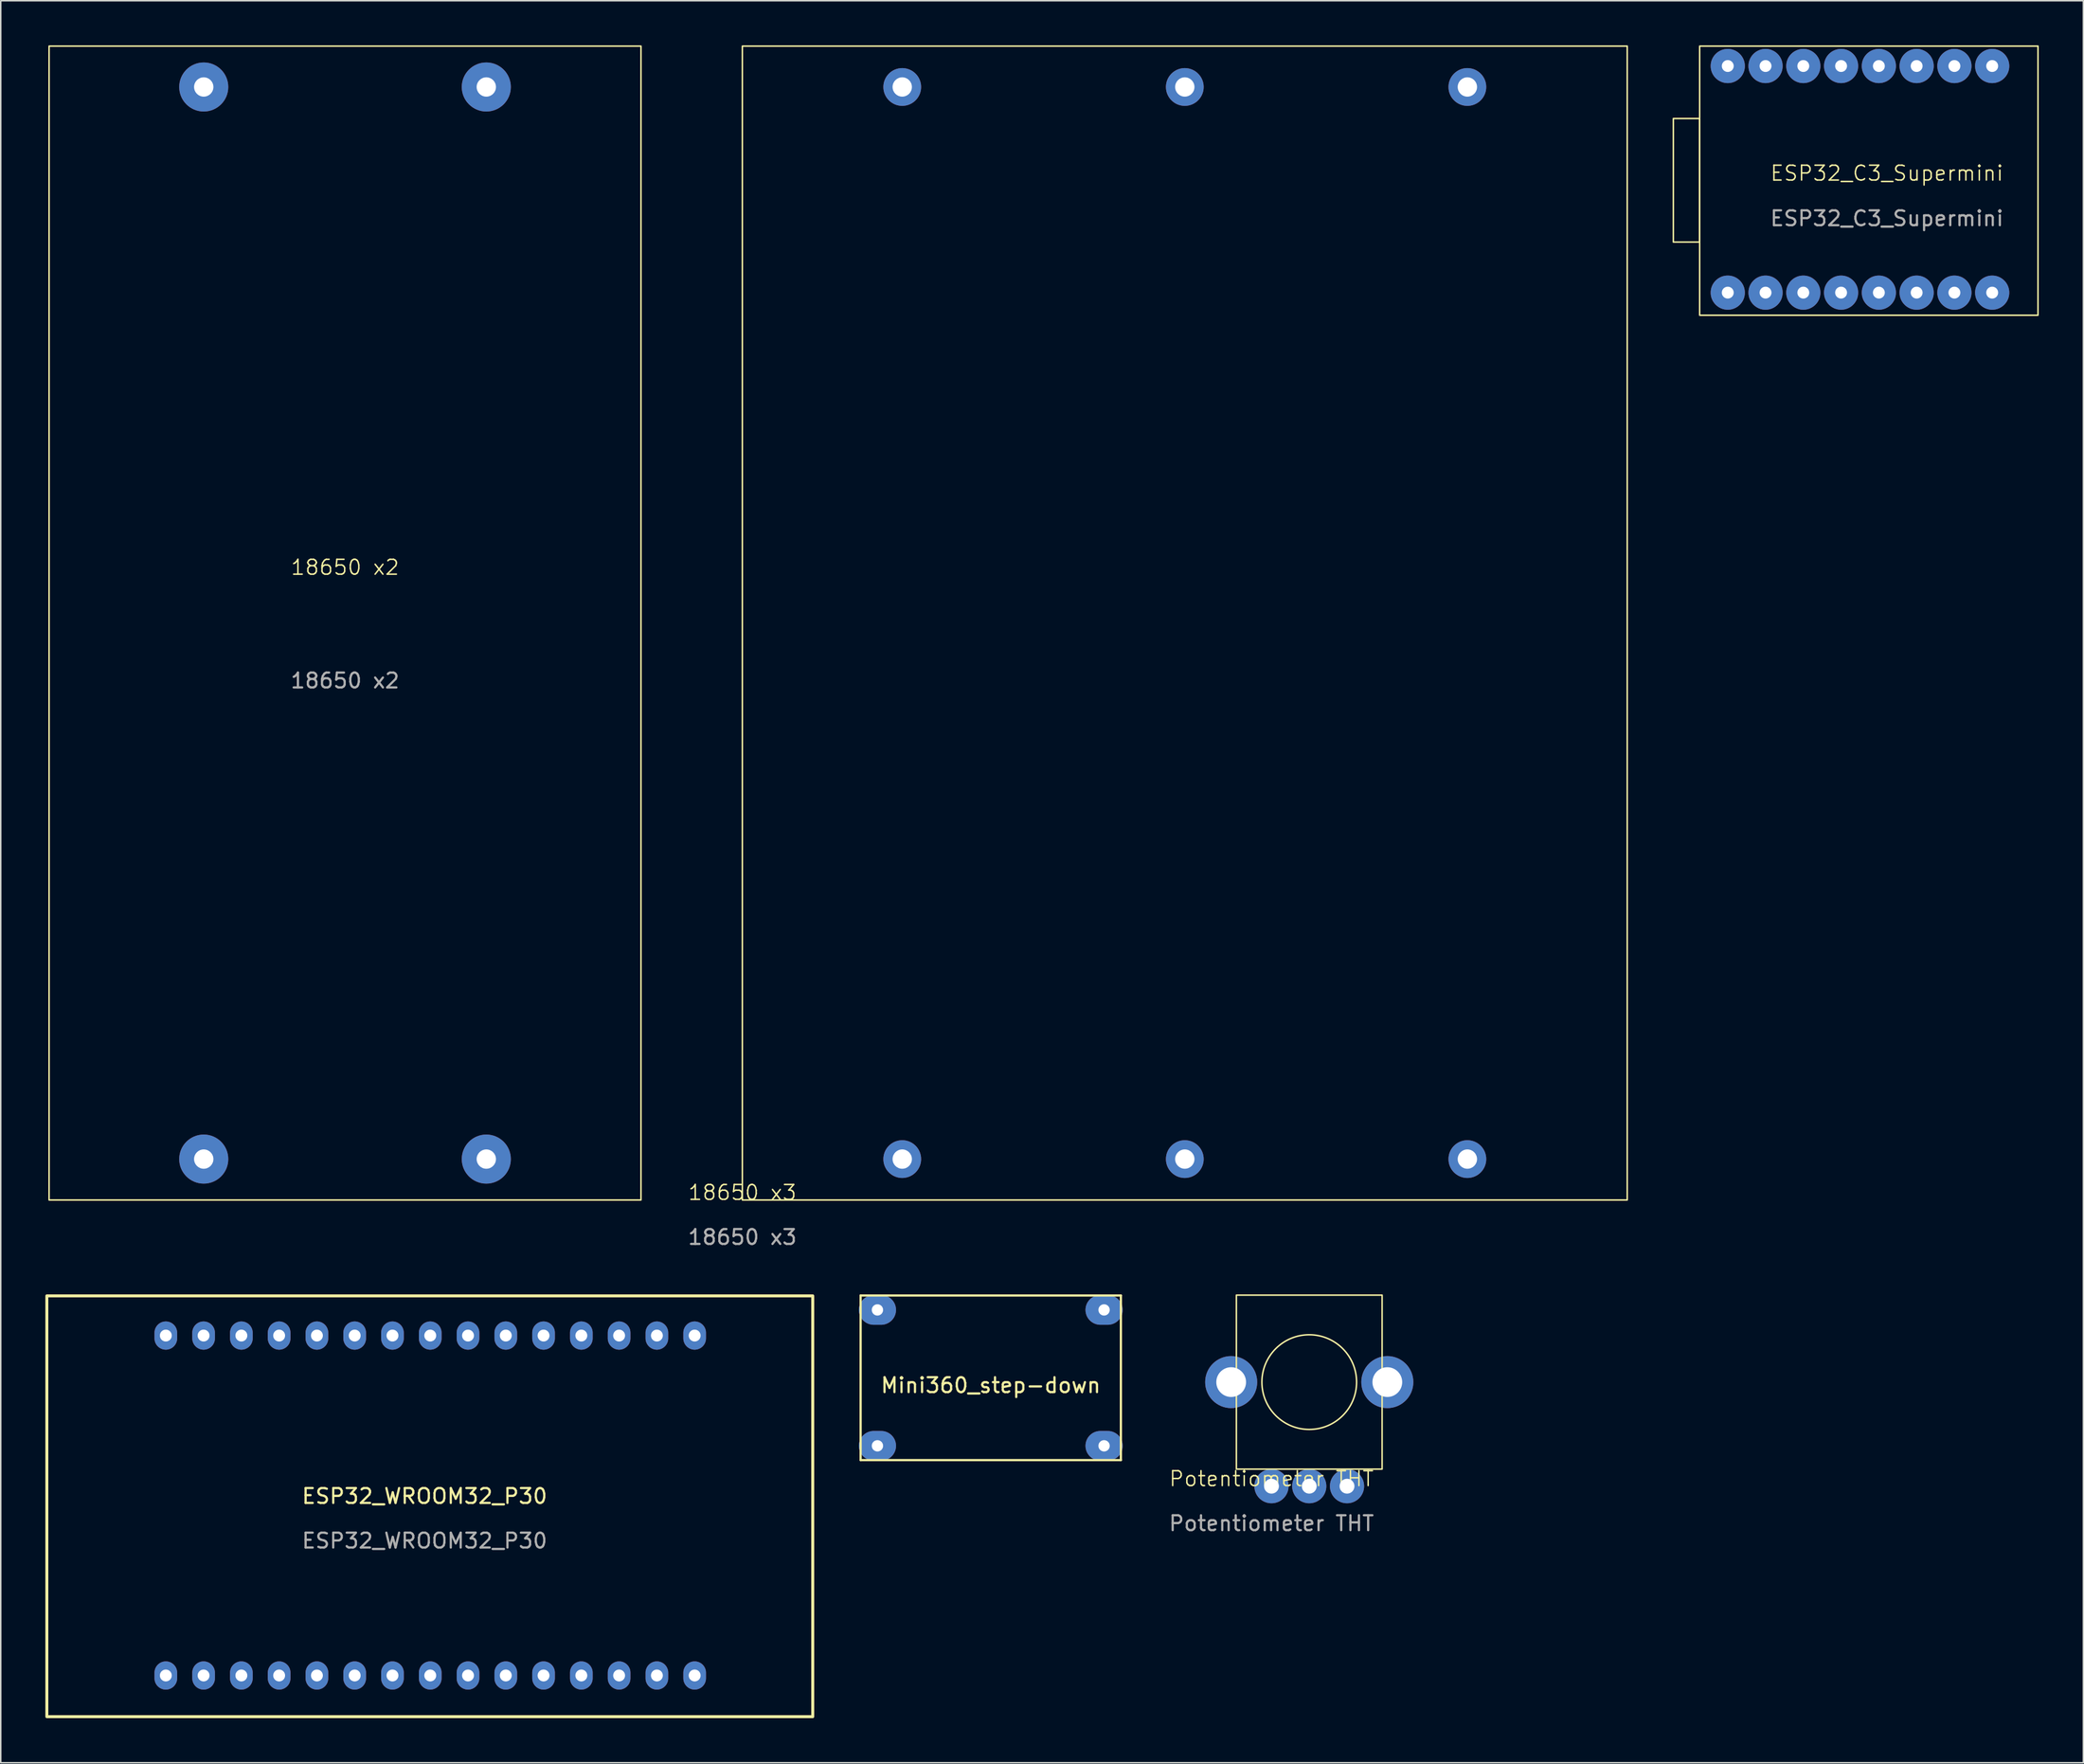
<source format=kicad_pcb>
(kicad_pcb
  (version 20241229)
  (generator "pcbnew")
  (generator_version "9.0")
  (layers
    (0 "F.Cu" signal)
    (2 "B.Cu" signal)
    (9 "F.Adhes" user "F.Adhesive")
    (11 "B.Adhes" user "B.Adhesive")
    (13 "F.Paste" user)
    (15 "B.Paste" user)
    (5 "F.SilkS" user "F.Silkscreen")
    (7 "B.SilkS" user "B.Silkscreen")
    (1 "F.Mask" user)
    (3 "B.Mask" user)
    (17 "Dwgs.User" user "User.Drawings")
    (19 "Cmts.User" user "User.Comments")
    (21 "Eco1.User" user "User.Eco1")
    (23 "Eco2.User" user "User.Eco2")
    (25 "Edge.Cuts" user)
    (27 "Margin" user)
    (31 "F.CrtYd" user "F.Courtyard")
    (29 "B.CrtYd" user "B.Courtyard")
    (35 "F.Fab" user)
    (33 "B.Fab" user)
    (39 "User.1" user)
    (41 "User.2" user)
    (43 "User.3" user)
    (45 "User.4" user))
  (footprint "Potentiometer THT"
    (layer "F.Cu")
    (at 82.446 96.898)
    (property "Reference" "Potentiometer THT" (at 0 -0.5 0) (unlocked yes) (layer "F.SilkS") (effects (font (size 1 1) (thickness 0.1))))
    (attr through_hole)
    (fp_rect (start -2.36 -12.85) (end 7.44 -1.15) (stroke (width 0.1) (type solid)) (fill no) (layer "F.SilkS"))
    (fp_circle (center 2.54 -7) (end 5.08 -5.08) (stroke (width 0.1) (type default)) (fill no) (layer "F.SilkS"))
    (fp_text user "${REFERENCE}" (at 0 2.5 0) (unlocked yes) (layer "F.Fab") (effects (font (size 1 1) (thickness 0.15))))
    (pad "" thru_hole circle (at -2.71 -7) (size 3.5 3.5) (drill 2) (layers "*.Cu" "*.Mask"))
    (pad "" thru_hole circle (at 7.79 -7) (size 3.5 3.5) (drill 2) (layers "*.Cu" "*.Mask"))
    (pad "1" thru_hole circle (at 0 0) (size 2.3 2.3) (drill 1) (layers "*.Cu" "*.Mask"))
    (pad "2" thru_hole circle (at 2.54 0) (size 2.3 2.3) (drill 1) (layers "*.Cu" "*.Mask"))
    (pad "3" thru_hole circle (at 5.08 0) (size 2.3 2.3) (drill 1) (layers "*.Cu" "*.Mask")))
  (footprint "Mini360_step-down"
    (layer "F.Cu")
    (at 63.57 89.613)
    (property "Reference" "Mini360_step-down" (at 0 0.5 0) (layer "F.SilkS") (effects (font (size 1 1) (thickness 0.15))))
    (attr through_hole)
    (fp_line (start -8.75 -5.54) (end -8.75 5.53) (stroke (width 0.15) (type solid)) (layer "F.SilkS"))
    (fp_line (start -8.75 -5.54) (end 8.75 -5.54) (stroke (width 0.15) (type solid)) (layer "F.SilkS"))
    (fp_line (start 8.75 5.53) (end -8.75 5.53) (stroke (width 0.15) (type solid)) (layer "F.SilkS"))
    (fp_line (start 8.75 5.53) (end 8.75 -5.54) (stroke (width 0.15) (type solid)) (layer "F.SilkS"))
    (pad "1" thru_hole oval (at -7.62 -4.57) (size 2.5 2) (drill 0.762) (layers "*.Cu" "*.Mask"))
    (pad "2" thru_hole oval (at -7.62 4.57) (size 2.5 2) (drill 0.762) (layers "*.Cu" "*.Mask"))
    (pad "3" thru_hole oval (at 7.62 -4.57) (size 2.5 2) (drill 0.762) (layers "*.Cu" "*.Mask"))
    (pad "4" thru_hole oval (at 7.62 4.57) (size 2.5 2) (drill 0.762) (layers "*.Cu" "*.Mask")))
  (footprint "18650 x3"
    (layer "F.Cu")
    (at 46.868 77.65)
    (property "Reference" "18650 x3" (at 0 -0.5 0) (unlocked yes) (layer "F.SilkS") (effects (font (size 1 1) (thickness 0.1))))
    (attr through_hole)
    (fp_rect (start 0 -77.6) (end 59.5 0) (stroke (width 0.1) (type solid)) (fill no) (layer "F.SilkS"))
    (fp_text user "${REFERENCE}" (at 0 2.5 0) (unlocked yes) (layer "F.Fab") (effects (font (size 1 1) (thickness 0.15))))
    (pad "1" thru_hole circle (at 10.75 -74.85) (size 2.54 2.54) (drill 1.3) (layers "*.Cu" "*.Mask"))
    (pad "2" thru_hole circle (at 10.75 -2.75) (size 2.54 2.54) (drill 1.3) (layers "*.Cu" "*.Mask"))
    (pad "3" thru_hole circle (at 29.75 -74.85) (size 2.54 2.54) (drill 1.3) (layers "*.Cu" "*.Mask"))
    (pad "4" thru_hole circle (at 29.75 -2.75) (size 2.54 2.54) (drill 1.3) (layers "*.Cu" "*.Mask"))
    (pad "5" thru_hole circle (at 48.75 -74.85) (size 2.54 2.54) (drill 1.3) (layers "*.Cu" "*.Mask"))
    (pad "6" thru_hole circle (at 48.75 -2.75) (size 2.54 2.54) (drill 1.3) (layers "*.Cu" "*.Mask")))
  (footprint "ESP32_WROOM32_P30"
    (layer "F.Cu")
    (at 25.5 98.068)
    (property "Reference" "ESP32_WROOM32_P30" (at 0 -0.5 0) (unlocked yes) (layer "F.SilkS") (effects (font (size 1 1) (thickness 0.15))))
    (fp_rect (start -25.4 -13.97) (end 26.1 14.33) (stroke (width 0.2) (type default)) (fill no) (layer "F.SilkS"))
    (fp_text user "${REFERENCE}" (at 0 2.5 0) (unlocked yes) (layer "F.Fab") (effects (font (size 1 1) (thickness 0.15))))
    (pad "1" thru_hole oval (at 18.16 -11.3) (size 1.524 1.9) (drill 0.8) (layers "*.Cu" "*.Mask"))
    (pad "2" thru_hole oval (at 15.62 -11.3) (size 1.524 1.9) (drill 0.8) (layers "*.Cu" "*.Mask"))
    (pad "3" thru_hole oval (at 13.08 -11.3) (size 1.524 1.9) (drill 0.8) (layers "*.Cu" "*.Mask"))
    (pad "4" thru_hole oval (at 10.54 -11.3) (size 1.524 1.9) (drill 0.8) (layers "*.Cu" "*.Mask"))
    (pad "5" thru_hole oval (at 8 -11.3) (size 1.524 1.9) (drill 0.8) (layers "*.Cu" "*.Mask"))
    (pad "6" thru_hole oval (at 5.46 -11.3) (size 1.524 1.9) (drill 0.8) (layers "*.Cu" "*.Mask"))
    (pad "7" thru_hole oval (at 2.92 -11.3) (size 1.524 1.9) (drill 0.8) (layers "*.Cu" "*.Mask"))
    (pad "8" thru_hole oval (at 0.38 -11.3) (size 1.524 1.9) (drill 0.8) (layers "*.Cu" "*.Mask"))
    (pad "9" thru_hole oval (at -2.16 -11.3) (size 1.524 1.9) (drill 0.8) (layers "*.Cu" "*.Mask"))
    (pad "10" thru_hole oval (at -4.7 -11.3) (size 1.524 1.9) (drill 0.8) (layers "*.Cu" "*.Mask"))
    (pad "11" thru_hole oval (at -7.24 -11.3) (size 1.524 1.9) (drill 0.8) (layers "*.Cu" "*.Mask"))
    (pad "12" thru_hole oval (at -9.78 -11.3) (size 1.524 1.9) (drill 0.8) (layers "*.Cu" "*.Mask"))
    (pad "13" thru_hole oval (at -12.32 -11.3) (size 1.524 1.9) (drill 0.8) (layers "*.Cu" "*.Mask"))
    (pad "14" thru_hole oval (at -14.86 -11.3) (size 1.524 1.9) (drill 0.8) (layers "*.Cu" "*.Mask"))
    (pad "15" thru_hole oval (at -17.4 -11.3) (size 1.524 1.9) (drill 0.8) (layers "*.Cu" "*.Mask"))
    (pad "16" thru_hole oval (at -17.4 11.56) (size 1.524 1.9) (drill 0.8) (layers "*.Cu" "*.Mask"))
    (pad "17" thru_hole oval (at -14.86 11.56) (size 1.524 1.9) (drill 0.8) (layers "*.Cu" "*.Mask"))
    (pad "18" thru_hole oval (at -12.32 11.56) (size 1.524 1.9) (drill 0.8) (layers "*.Cu" "*.Mask"))
    (pad "19" thru_hole oval (at -9.78 11.56) (size 1.524 1.9) (drill 0.8) (layers "*.Cu" "*.Mask"))
    (pad "20" thru_hole oval (at -7.24 11.56) (size 1.524 1.9) (drill 0.8) (layers "*.Cu" "*.Mask"))
    (pad "21" thru_hole oval (at -4.7 11.56) (size 1.524 1.9) (drill 0.8) (layers "*.Cu" "*.Mask"))
    (pad "22" thru_hole oval (at -2.16 11.56) (size 1.524 1.9) (drill 0.8) (layers "*.Cu" "*.Mask"))
    (pad "23" thru_hole oval (at 0.38 11.56) (size 1.524 1.9) (drill 0.8) (layers "*.Cu" "*.Mask"))
    (pad "24" thru_hole oval (at 2.92 11.56) (size 1.524 1.9) (drill 0.8) (layers "*.Cu" "*.Mask"))
    (pad "25" thru_hole oval (at 5.46 11.56) (size 1.524 1.9) (drill 0.8) (layers "*.Cu" "*.Mask"))
    (pad "26" thru_hole oval (at 8 11.56) (size 1.524 1.9) (drill 0.8) (layers "*.Cu" "*.Mask"))
    (pad "27" thru_hole oval (at 10.54 11.56) (size 1.524 1.9) (drill 0.8) (layers "*.Cu" "*.Mask"))
    (pad "28" thru_hole oval (at 13.08 11.56) (size 1.524 1.9) (drill 0.8) (layers "*.Cu" "*.Mask"))
    (pad "29" thru_hole oval (at 15.62 11.56) (size 1.524 1.9) (drill 0.8) (layers "*.Cu" "*.Mask"))
    (pad "30" thru_hole oval (at 18.16 11.56) (size 1.524 1.9) (drill 0.8) (layers "*.Cu" "*.Mask")))
  (footprint "ESP32_C3_Supermini"
    (layer "F.Cu")
    (at 123.828 9.1)
    (property "Reference" "ESP32_C3_Supermini" (at 0 -0.5 0) (unlocked yes) (layer "F.SilkS") (effects (font (size 1 1) (thickness 0.1))))
    (attr through_hole)
    (fp_rect (start -14.36 4.13) (end -12.59 -4.18) (stroke (width 0.1) (type solid)) (fill no) (layer "F.SilkS"))
    (fp_rect (start -12.59 9.05) (end 10.16 -9.05) (stroke (width 0.1) (type solid)) (fill no) (layer "F.SilkS"))
    (fp_text user "${REFERENCE}" (at 0 2.54 0) (unlocked yes) (layer "F.Fab") (effects (font (size 1 1) (thickness 0.15))))
    (pad "1" thru_hole circle (at -10.7 7.53) (size 2.3 2.3) (drill 0.8) (layers "*.Cu" "*.Mask"))
    (pad "2" thru_hole circle (at -8.16 7.53) (size 2.3 2.3) (drill 0.8) (layers "*.Cu" "*.Mask"))
    (pad "3" thru_hole circle (at -5.62 7.53) (size 2.3 2.3) (drill 0.8) (layers "*.Cu" "*.Mask"))
    (pad "4" thru_hole circle (at -3.08 7.53) (size 2.3 2.3) (drill 0.8) (layers "*.Cu" "*.Mask"))
    (pad "5" thru_hole circle (at -0.54 7.53) (size 2.3 2.3) (drill 0.8) (layers "*.Cu" "*.Mask"))
    (pad "6" thru_hole circle (at 2 7.53) (size 2.3 2.3) (drill 0.8) (layers "*.Cu" "*.Mask"))
    (pad "7" thru_hole circle (at 4.54 7.53) (size 2.3 2.3) (drill 0.8) (layers "*.Cu" "*.Mask"))
    (pad "8" thru_hole circle (at 7.08 7.53) (size 2.3 2.3) (drill 0.8) (layers "*.Cu" "*.Mask"))
    (pad "9" thru_hole circle (at 7.08 -7.71) (size 2.3 2.3) (drill 0.8) (layers "*.Cu" "*.Mask"))
    (pad "10" thru_hole circle (at 4.54 -7.71) (size 2.3 2.3) (drill 0.8) (layers "*.Cu" "*.Mask"))
    (pad "11" thru_hole circle (at 2 -7.71) (size 2.3 2.3) (drill 0.8) (layers "*.Cu" "*.Mask"))
    (pad "12" thru_hole circle (at -0.54 -7.71) (size 2.3 2.3) (drill 0.8) (layers "*.Cu" "*.Mask"))
    (pad "13" thru_hole circle (at -3.08 -7.71) (size 2.3 2.3) (drill 0.8) (layers "*.Cu" "*.Mask"))
    (pad "14" thru_hole circle (at -5.62 -7.71) (size 2.3 2.3) (drill 0.8) (layers "*.Cu" "*.Mask"))
    (pad "15" thru_hole circle (at -8.16 -7.71) (size 2.3 2.3) (drill 0.8) (layers "*.Cu" "*.Mask"))
    (pad "16" thru_hole circle (at -10.7 -7.71) (size 2.3 2.3) (drill 0.8) (layers "*.Cu" "*.Mask")))
  (footprint "18650 x2"
    (layer "F.Cu")
    (at 0.25 77.65)
    (property "Reference" "18650 x2" (at 19.9 -42.545 0) (unlocked yes) (layer "F.SilkS") (effects (font (size 1 1) (thickness 0.1))))
    (attr through_hole)
    (fp_rect (start 0 -77.6) (end 39.8 0) (stroke (width 0.1) (type solid)) (fill no) (layer "F.SilkS"))
    (fp_text user "${REFERENCE}" (at 19.9 -34.925 0) (unlocked yes) (layer "F.Fab") (effects (font (size 1 1) (thickness 0.15))))
    (pad "1" thru_hole circle (at 10.4 -74.85) (size 3.3 3.3) (drill 1.3) (layers "*.Cu" "*.Mask"))
    (pad "2" thru_hole circle (at 10.4 -2.75) (size 3.3 3.3) (drill 1.3) (layers "*.Cu" "*.Mask"))
    (pad "3" thru_hole circle (at 29.4 -74.85) (size 3.3 3.3) (drill 1.3) (layers "*.Cu" "*.Mask"))
    (pad "4" thru_hole circle (at 29.4 -2.75) (size 3.3 3.3) (drill 1.3) (layers "*.Cu" "*.Mask")))
  (gr_rect
    (start -3 -3)
    (end 137.038 115.498)
    (stroke (width 0.1) (type default))
    (fill no)
    (layer "Edge.Cuts")))
</source>
